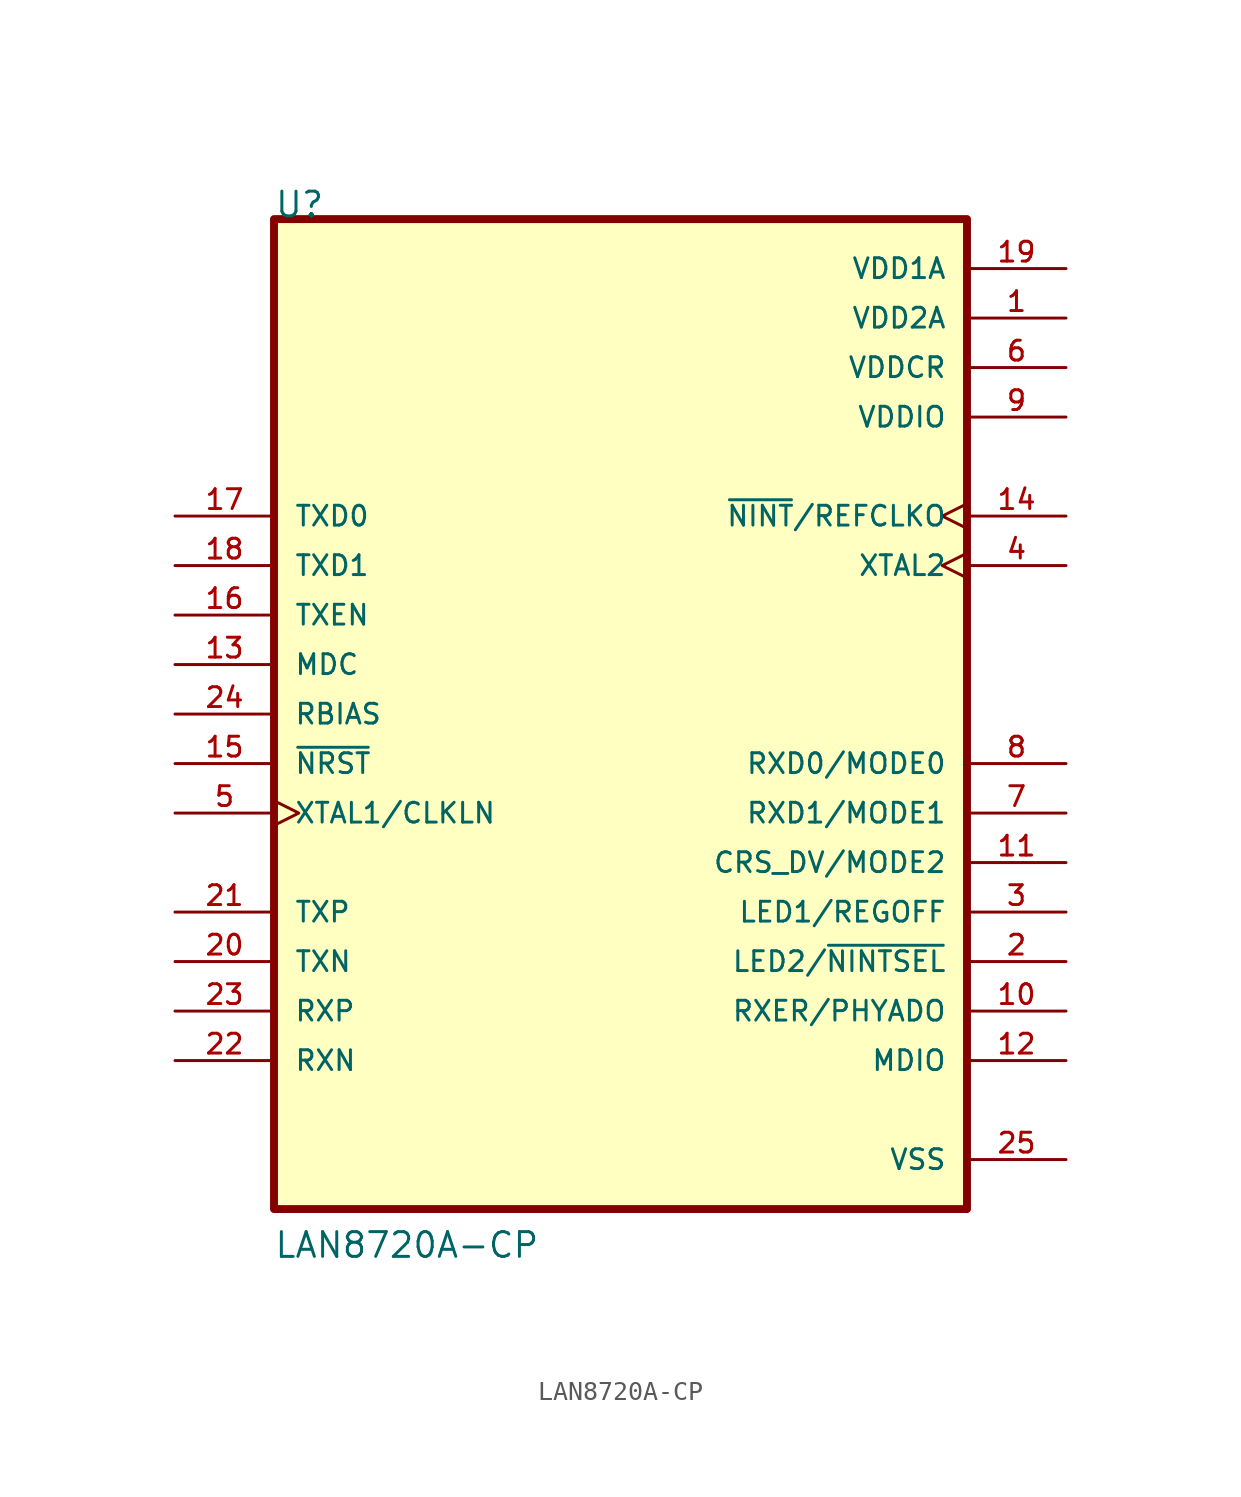
<source format=kicad_sym>
(kicad_symbol_lib
  (version 20220914)
  (generator kicad_symbol_editor)
  (symbol "LAN8720A-CP"
    (pin_names
      (offset 1.016))
    (property "Reference" "U"
      (at -17.78 25.4 0)
      (effects (font (size 1.27 1.27)) (justify left bottom)))
    (property "Value" "LAN8720A-CP"
      (at -17.805 -27.991 0)
      (effects (font (size 1.27 1.27)) (justify left bottom)))
    (property "ki_locked" ""
      (at 0 0 0)
      (effects (font (size 1.27 1.27))))
    (symbol "LAN8720A-CP_0_0"
      (rectangle (start -17.78 -25.4) (end 17.78 25.4) (stroke (width 0.406) (type solid)) (fill (type background)))
      (pin power_in line (at 22.86 20.32 180) (length 5.08) (name "VDD2A" (effects (font (size 1.016 1.016)))) (number "1" (effects (font (size 1.016 1.016)))))
      (pin bidirectional line (at 22.86 -15.24 180) (length 5.08) (name "RXER/PHYADO" (effects (font (size 1.016 1.016)))) (number "10" (effects (font (size 1.016 1.016)))))
      (pin bidirectional line (at 22.86 -7.62 180) (length 5.08) (name "CRS_DV/MODE2" (effects (font (size 1.016 1.016)))) (number "11" (effects (font (size 1.016 1.016)))))
      (pin bidirectional line (at 22.86 -17.78 180) (length 5.08) (name "MDIO" (effects (font (size 1.016 1.016)))) (number "12" (effects (font (size 1.016 1.016)))))
      (pin input line (at -22.86 2.54 0) (length 5.08) (name "MDC" (effects (font (size 1.016 1.016)))) (number "13" (effects (font (size 1.016 1.016)))))
      (pin output clock (at 22.86 10.16 180) (length 5.08) (name "~{NINT}/REFCLKO" (effects (font (size 1.016 1.016)))) (number "14" (effects (font (size 1.016 1.016)))))
      (pin input line (at -22.86 -2.54 0) (length 5.08) (name "~{NRST}" (effects (font (size 1.016 1.016)))) (number "15" (effects (font (size 1.016 1.016)))))
      (pin input line (at -22.86 5.08 0) (length 5.08) (name "TXEN" (effects (font (size 1.016 1.016)))) (number "16" (effects (font (size 1.016 1.016)))))
      (pin input line (at -22.86 10.16 0) (length 5.08) (name "TXD0" (effects (font (size 1.016 1.016)))) (number "17" (effects (font (size 1.016 1.016)))))
      (pin input line (at -22.86 7.62 0) (length 5.08) (name "TXD1" (effects (font (size 1.016 1.016)))) (number "18" (effects (font (size 1.016 1.016)))))
      (pin power_in line (at 22.86 22.86 180) (length 5.08) (name "VDD1A" (effects (font (size 1.016 1.016)))) (number "19" (effects (font (size 1.016 1.016)))))
      (pin bidirectional line (at 22.86 -12.7 180) (length 5.08) (name "LED2/~{NINTSEL}" (effects (font (size 1.016 1.016)))) (number "2" (effects (font (size 1.016 1.016)))))
      (pin bidirectional line (at -22.86 -12.7 0) (length 5.08) (name "TXN" (effects (font (size 1.016 1.016)))) (number "20" (effects (font (size 1.016 1.016)))))
      (pin bidirectional line (at -22.86 -10.16 0) (length 5.08) (name "TXP" (effects (font (size 1.016 1.016)))) (number "21" (effects (font (size 1.016 1.016)))))
      (pin bidirectional line (at -22.86 -17.78 0) (length 5.08) (name "RXN" (effects (font (size 1.016 1.016)))) (number "22" (effects (font (size 1.016 1.016)))))
      (pin bidirectional line (at -22.86 -15.24 0) (length 5.08) (name "RXP" (effects (font (size 1.016 1.016)))) (number "23" (effects (font (size 1.016 1.016)))))
      (pin input line (at -22.86 0 0) (length 5.08) (name "RBIAS" (effects (font (size 1.016 1.016)))) (number "24" (effects (font (size 1.016 1.016)))))
      (pin power_in line (at 22.86 -22.86 180) (length 5.08) (name "VSS" (effects (font (size 1.016 1.016)))) (number "25" (effects (font (size 1.016 1.016)))))
      (pin bidirectional line (at 22.86 -10.16 180) (length 5.08) (name "LED1/REGOFF" (effects (font (size 1.016 1.016)))) (number "3" (effects (font (size 1.016 1.016)))))
      (pin output clock (at 22.86 7.62 180) (length 5.08) (name "XTAL2" (effects (font (size 1.016 1.016)))) (number "4" (effects (font (size 1.016 1.016)))))
      (pin input clock (at -22.86 -5.08 0) (length 5.08) (name "XTAL1/CLKLN" (effects (font (size 1.016 1.016)))) (number "5" (effects (font (size 1.016 1.016)))))
      (pin power_in line (at 22.86 17.78 180) (length 5.08) (name "VDDCR" (effects (font (size 1.016 1.016)))) (number "6" (effects (font (size 1.016 1.016)))))
      (pin bidirectional line (at 22.86 -5.08 180) (length 5.08) (name "RXD1/MODE1" (effects (font (size 1.016 1.016)))) (number "7" (effects (font (size 1.016 1.016)))))
      (pin bidirectional line (at 22.86 -2.54 180) (length 5.08) (name "RXD0/MODE0" (effects (font (size 1.016 1.016)))) (number "8" (effects (font (size 1.016 1.016)))))
      (pin power_in line (at 22.86 15.24 180) (length 5.08) (name "VDDIO" (effects (font (size 1.016 1.016)))) (number "9" (effects (font (size 1.016 1.016))))))))
</source>
